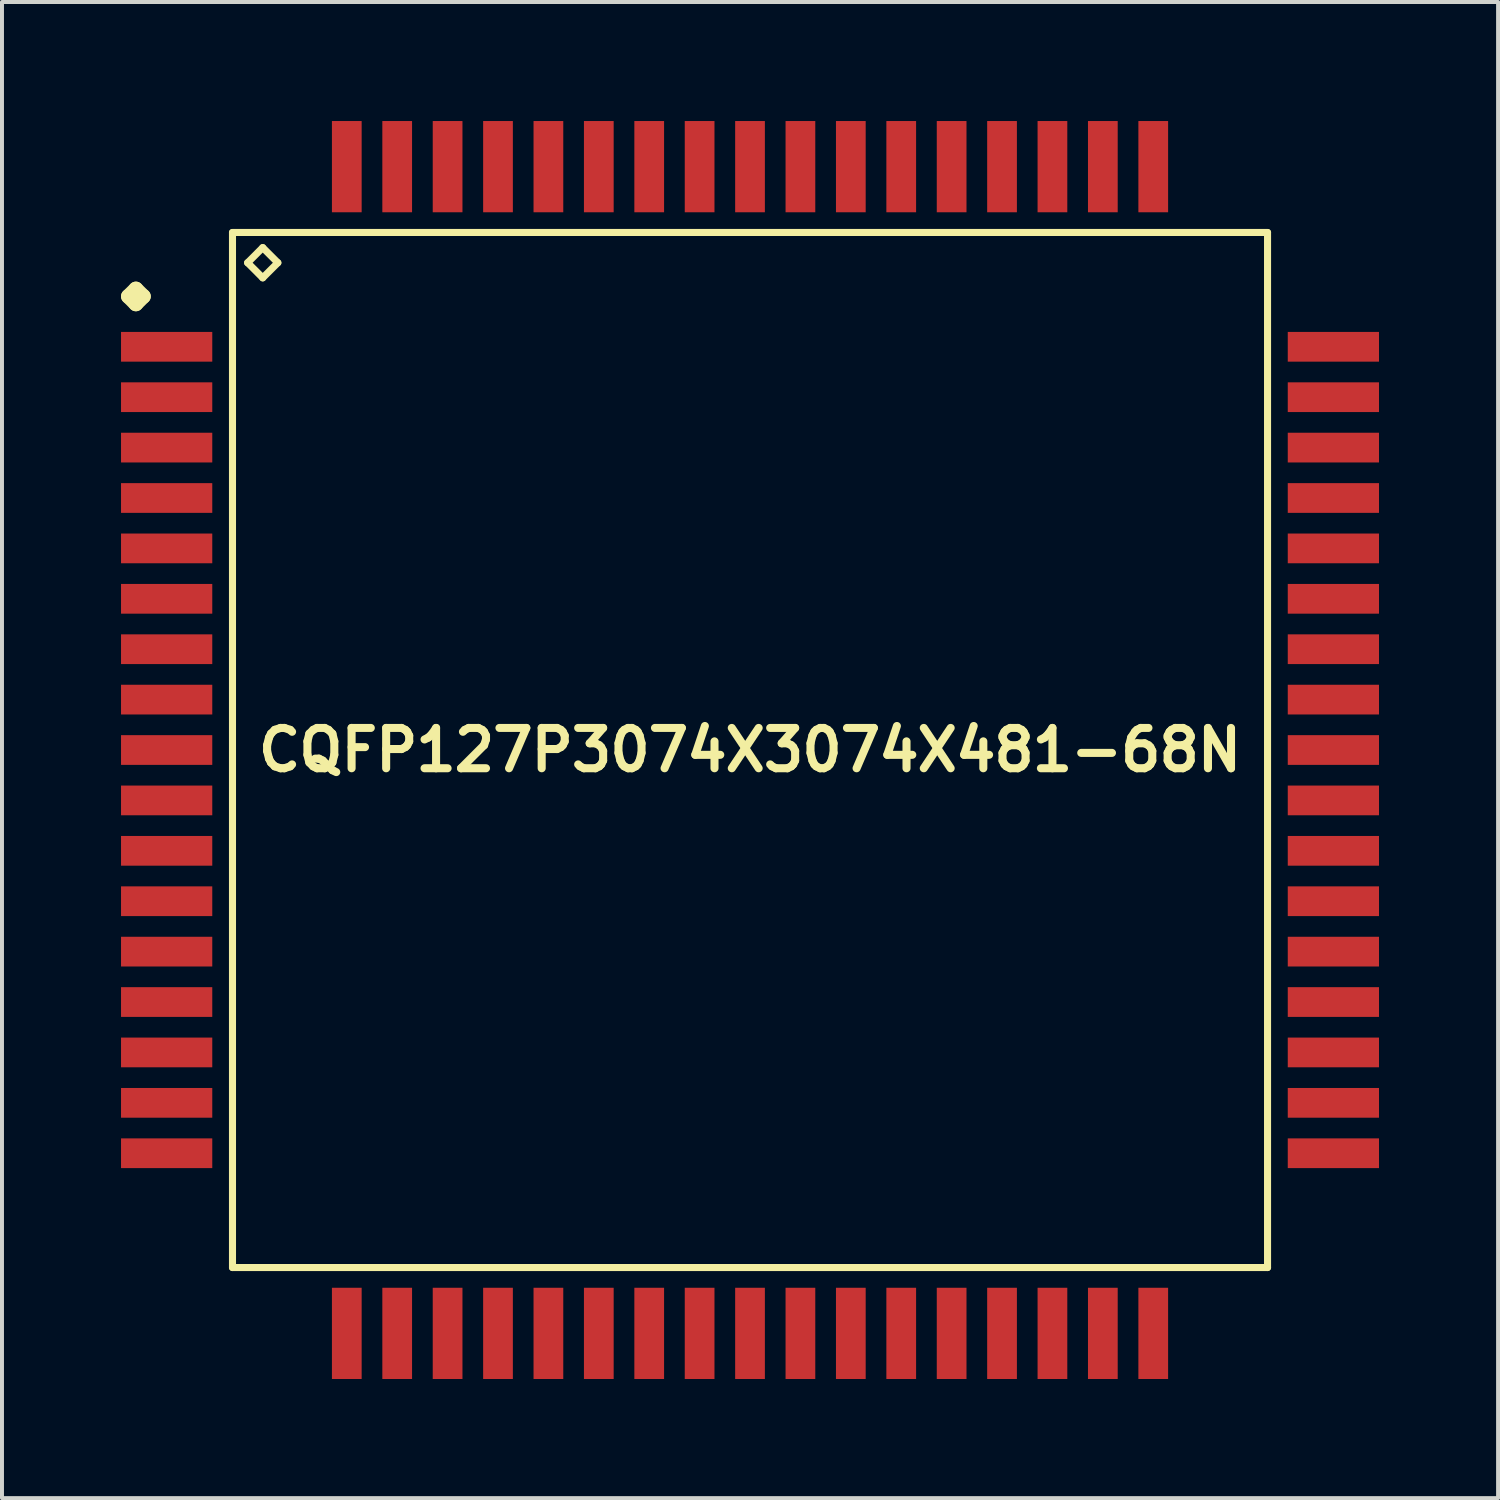
<source format=kicad_pcb>
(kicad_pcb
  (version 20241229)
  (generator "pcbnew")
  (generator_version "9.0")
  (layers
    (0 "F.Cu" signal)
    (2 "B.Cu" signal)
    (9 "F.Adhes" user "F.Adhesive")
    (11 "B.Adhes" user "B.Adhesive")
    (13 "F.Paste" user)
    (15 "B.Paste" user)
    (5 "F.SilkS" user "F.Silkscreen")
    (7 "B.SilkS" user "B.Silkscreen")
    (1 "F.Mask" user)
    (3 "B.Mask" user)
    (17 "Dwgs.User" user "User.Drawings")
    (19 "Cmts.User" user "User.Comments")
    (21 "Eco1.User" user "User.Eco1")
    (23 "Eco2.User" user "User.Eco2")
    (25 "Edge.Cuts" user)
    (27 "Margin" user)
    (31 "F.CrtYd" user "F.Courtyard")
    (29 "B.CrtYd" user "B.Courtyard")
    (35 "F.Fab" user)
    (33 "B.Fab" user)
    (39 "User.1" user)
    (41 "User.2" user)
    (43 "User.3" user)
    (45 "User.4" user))
  (footprint "CQFP127P3074X3074X481-68N"
    (layer "F.Cu")
    (at 15.848 15.848)
    (property "Reference" "CQFP127P3074X3074X481-68N" (at 0 0 0) (layer "F.SilkS") (effects (font (size 1.016 1.016) (thickness 0.203))))
    (attr smd)
    (fp_line (start -15.662 -11.43) (end -15.474 -11.615) (stroke (width 0.373) (type solid)) (layer "F.SilkS"))
    (fp_line (start -15.474 -11.615) (end -15.286 -11.43) (stroke (width 0.373) (type solid)) (layer "F.SilkS"))
    (fp_line (start -15.474 -11.242) (end -15.662 -11.43) (stroke (width 0.373) (type solid)) (layer "F.SilkS"))
    (fp_line (start -15.286 -11.43) (end -15.474 -11.242) (stroke (width 0.373) (type solid)) (layer "F.SilkS"))
    (fp_line (start -13.04 -13.04) (end -13.04 13.04) (stroke (width 0.178) (type solid)) (layer "F.SilkS"))
    (fp_line (start -13.04 13.04) (end 13.04 13.04) (stroke (width 0.178) (type solid)) (layer "F.SilkS"))
    (fp_line (start -12.659 -12.278) (end -12.278 -12.659) (stroke (width 0.178) (type solid)) (layer "F.SilkS"))
    (fp_line (start -12.278 -12.659) (end -11.897 -12.278) (stroke (width 0.178) (type solid)) (layer "F.SilkS"))
    (fp_line (start -12.278 -11.897) (end -12.659 -12.278) (stroke (width 0.178) (type solid)) (layer "F.SilkS"))
    (fp_line (start -11.897 -12.278) (end -12.278 -11.897) (stroke (width 0.178) (type solid)) (layer "F.SilkS"))
    (fp_line (start 13.04 -13.04) (end -13.04 -13.04) (stroke (width 0.178) (type solid)) (layer "F.SilkS"))
    (fp_line (start 13.04 13.04) (end 13.04 -13.04) (stroke (width 0.178) (type solid)) (layer "F.SilkS"))
    (pad "1" smd rect (at -14.699 -10.16) (size 2.299 0.749) (layers "F.Cu" "F.Mask" "F.Paste"))
    (pad "2" smd rect (at -14.699 -8.89) (size 2.299 0.749) (layers "F.Cu" "F.Mask" "F.Paste"))
    (pad "3" smd rect (at -14.699 -7.62) (size 2.299 0.749) (layers "F.Cu" "F.Mask" "F.Paste"))
    (pad "4" smd rect (at -14.699 -6.35) (size 2.299 0.749) (layers "F.Cu" "F.Mask" "F.Paste"))
    (pad "5" smd rect (at -14.699 -5.08) (size 2.299 0.749) (layers "F.Cu" "F.Mask" "F.Paste"))
    (pad "6" smd rect (at -14.699 -3.81) (size 2.299 0.749) (layers "F.Cu" "F.Mask" "F.Paste"))
    (pad "7" smd rect (at -14.699 -2.54) (size 2.299 0.749) (layers "F.Cu" "F.Mask" "F.Paste"))
    (pad "8" smd rect (at -14.699 -1.27) (size 2.299 0.749) (layers "F.Cu" "F.Mask" "F.Paste"))
    (pad "9" smd rect (at -14.699 0) (size 2.299 0.749) (layers "F.Cu" "F.Mask" "F.Paste"))
    (pad "10" smd rect (at -14.699 1.27) (size 2.299 0.749) (layers "F.Cu" "F.Mask" "F.Paste"))
    (pad "11" smd rect (at -14.699 2.54) (size 2.299 0.749) (layers "F.Cu" "F.Mask" "F.Paste"))
    (pad "12" smd rect (at -14.699 3.81) (size 2.299 0.749) (layers "F.Cu" "F.Mask" "F.Paste"))
    (pad "13" smd rect (at -14.699 5.08) (size 2.299 0.749) (layers "F.Cu" "F.Mask" "F.Paste"))
    (pad "14" smd rect (at -14.699 6.35) (size 2.299 0.749) (layers "F.Cu" "F.Mask" "F.Paste"))
    (pad "15" smd rect (at -14.699 7.62) (size 2.299 0.749) (layers "F.Cu" "F.Mask" "F.Paste"))
    (pad "16" smd rect (at -14.699 8.89) (size 2.299 0.749) (layers "F.Cu" "F.Mask" "F.Paste"))
    (pad "17" smd rect (at -14.699 10.16) (size 2.299 0.749) (layers "F.Cu" "F.Mask" "F.Paste"))
    (pad "18" smd rect (at -10.16 14.699) (size 0.749 2.299) (layers "F.Cu" "F.Mask" "F.Paste"))
    (pad "19" smd rect (at -8.89 14.699) (size 0.749 2.299) (layers "F.Cu" "F.Mask" "F.Paste"))
    (pad "20" smd rect (at -7.62 14.699) (size 0.749 2.299) (layers "F.Cu" "F.Mask" "F.Paste"))
    (pad "21" smd rect (at -6.35 14.699) (size 0.749 2.299) (layers "F.Cu" "F.Mask" "F.Paste"))
    (pad "22" smd rect (at -5.08 14.699) (size 0.749 2.299) (layers "F.Cu" "F.Mask" "F.Paste"))
    (pad "23" smd rect (at -3.81 14.699) (size 0.749 2.299) (layers "F.Cu" "F.Mask" "F.Paste"))
    (pad "24" smd rect (at -2.54 14.699) (size 0.749 2.299) (layers "F.Cu" "F.Mask" "F.Paste"))
    (pad "25" smd rect (at -1.27 14.699) (size 0.749 2.299) (layers "F.Cu" "F.Mask" "F.Paste"))
    (pad "26" smd rect (at 0 14.699) (size 0.749 2.299) (layers "F.Cu" "F.Mask" "F.Paste"))
    (pad "27" smd rect (at 1.27 14.699) (size 0.749 2.299) (layers "F.Cu" "F.Mask" "F.Paste"))
    (pad "28" smd rect (at 2.54 14.699) (size 0.749 2.299) (layers "F.Cu" "F.Mask" "F.Paste"))
    (pad "29" smd rect (at 3.81 14.699) (size 0.749 2.299) (layers "F.Cu" "F.Mask" "F.Paste"))
    (pad "30" smd rect (at 5.08 14.699) (size 0.749 2.299) (layers "F.Cu" "F.Mask" "F.Paste"))
    (pad "31" smd rect (at 6.35 14.699) (size 0.749 2.299) (layers "F.Cu" "F.Mask" "F.Paste"))
    (pad "32" smd rect (at 7.62 14.699) (size 0.749 2.299) (layers "F.Cu" "F.Mask" "F.Paste"))
    (pad "33" smd rect (at 8.89 14.699) (size 0.749 2.299) (layers "F.Cu" "F.Mask" "F.Paste"))
    (pad "34" smd rect (at 10.16 14.699) (size 0.749 2.299) (layers "F.Cu" "F.Mask" "F.Paste"))
    (pad "35" smd rect (at 14.699 10.16) (size 2.299 0.749) (layers "F.Cu" "F.Mask" "F.Paste"))
    (pad "36" smd rect (at 14.699 8.89) (size 2.299 0.749) (layers "F.Cu" "F.Mask" "F.Paste"))
    (pad "37" smd rect (at 14.699 7.62) (size 2.299 0.749) (layers "F.Cu" "F.Mask" "F.Paste"))
    (pad "38" smd rect (at 14.699 6.35) (size 2.299 0.749) (layers "F.Cu" "F.Mask" "F.Paste"))
    (pad "39" smd rect (at 14.699 5.08) (size 2.299 0.749) (layers "F.Cu" "F.Mask" "F.Paste"))
    (pad "40" smd rect (at 14.699 3.81) (size 2.299 0.749) (layers "F.Cu" "F.Mask" "F.Paste"))
    (pad "41" smd rect (at 14.699 2.54) (size 2.299 0.749) (layers "F.Cu" "F.Mask" "F.Paste"))
    (pad "42" smd rect (at 14.699 1.27) (size 2.299 0.749) (layers "F.Cu" "F.Mask" "F.Paste"))
    (pad "43" smd rect (at 14.699 0) (size 2.299 0.749) (layers "F.Cu" "F.Mask" "F.Paste"))
    (pad "44" smd rect (at 14.699 -1.27) (size 2.299 0.749) (layers "F.Cu" "F.Mask" "F.Paste"))
    (pad "45" smd rect (at 14.699 -2.54) (size 2.299 0.749) (layers "F.Cu" "F.Mask" "F.Paste"))
    (pad "46" smd rect (at 14.699 -3.81) (size 2.299 0.749) (layers "F.Cu" "F.Mask" "F.Paste"))
    (pad "47" smd rect (at 14.699 -5.08) (size 2.299 0.749) (layers "F.Cu" "F.Mask" "F.Paste"))
    (pad "48" smd rect (at 14.699 -6.35) (size 2.299 0.749) (layers "F.Cu" "F.Mask" "F.Paste"))
    (pad "49" smd rect (at 14.699 -7.62) (size 2.299 0.749) (layers "F.Cu" "F.Mask" "F.Paste"))
    (pad "50" smd rect (at 14.699 -8.89) (size 2.299 0.749) (layers "F.Cu" "F.Mask" "F.Paste"))
    (pad "51" smd rect (at 14.699 -10.16) (size 2.299 0.749) (layers "F.Cu" "F.Mask" "F.Paste"))
    (pad "52" smd rect (at 10.16 -14.699) (size 0.749 2.299) (layers "F.Cu" "F.Mask" "F.Paste"))
    (pad "53" smd rect (at 8.89 -14.699) (size 0.749 2.299) (layers "F.Cu" "F.Mask" "F.Paste"))
    (pad "54" smd rect (at 7.62 -14.699) (size 0.749 2.299) (layers "F.Cu" "F.Mask" "F.Paste"))
    (pad "55" smd rect (at 6.35 -14.699) (size 0.749 2.299) (layers "F.Cu" "F.Mask" "F.Paste"))
    (pad "56" smd rect (at 5.08 -14.699) (size 0.749 2.299) (layers "F.Cu" "F.Mask" "F.Paste"))
    (pad "57" smd rect (at 3.81 -14.699) (size 0.749 2.299) (layers "F.Cu" "F.Mask" "F.Paste"))
    (pad "58" smd rect (at 2.54 -14.699) (size 0.749 2.299) (layers "F.Cu" "F.Mask" "F.Paste"))
    (pad "59" smd rect (at 1.27 -14.699) (size 0.749 2.299) (layers "F.Cu" "F.Mask" "F.Paste"))
    (pad "60" smd rect (at 0 -14.699) (size 0.749 2.299) (layers "F.Cu" "F.Mask" "F.Paste"))
    (pad "61" smd rect (at -1.27 -14.699) (size 0.749 2.299) (layers "F.Cu" "F.Mask" "F.Paste"))
    (pad "62" smd rect (at -2.54 -14.699) (size 0.749 2.299) (layers "F.Cu" "F.Mask" "F.Paste"))
    (pad "63" smd rect (at -3.81 -14.699) (size 0.749 2.299) (layers "F.Cu" "F.Mask" "F.Paste"))
    (pad "64" smd rect (at -5.08 -14.699) (size 0.749 2.299) (layers "F.Cu" "F.Mask" "F.Paste"))
    (pad "65" smd rect (at -6.35 -14.699) (size 0.749 2.299) (layers "F.Cu" "F.Mask" "F.Paste"))
    (pad "66" smd rect (at -7.62 -14.699) (size 0.749 2.299) (layers "F.Cu" "F.Mask" "F.Paste"))
    (pad "67" smd rect (at -8.89 -14.699) (size 0.749 2.299) (layers "F.Cu" "F.Mask" "F.Paste"))
    (pad "68" smd rect (at -10.16 -14.699) (size 0.749 2.299) (layers "F.Cu" "F.Mask" "F.Paste")))
  (gr_rect
    (start -3 -3)
    (end 34.697 34.697)
    (stroke (width 0.1) (type default))
    (fill no)
    (layer "Edge.Cuts")))
</source>
